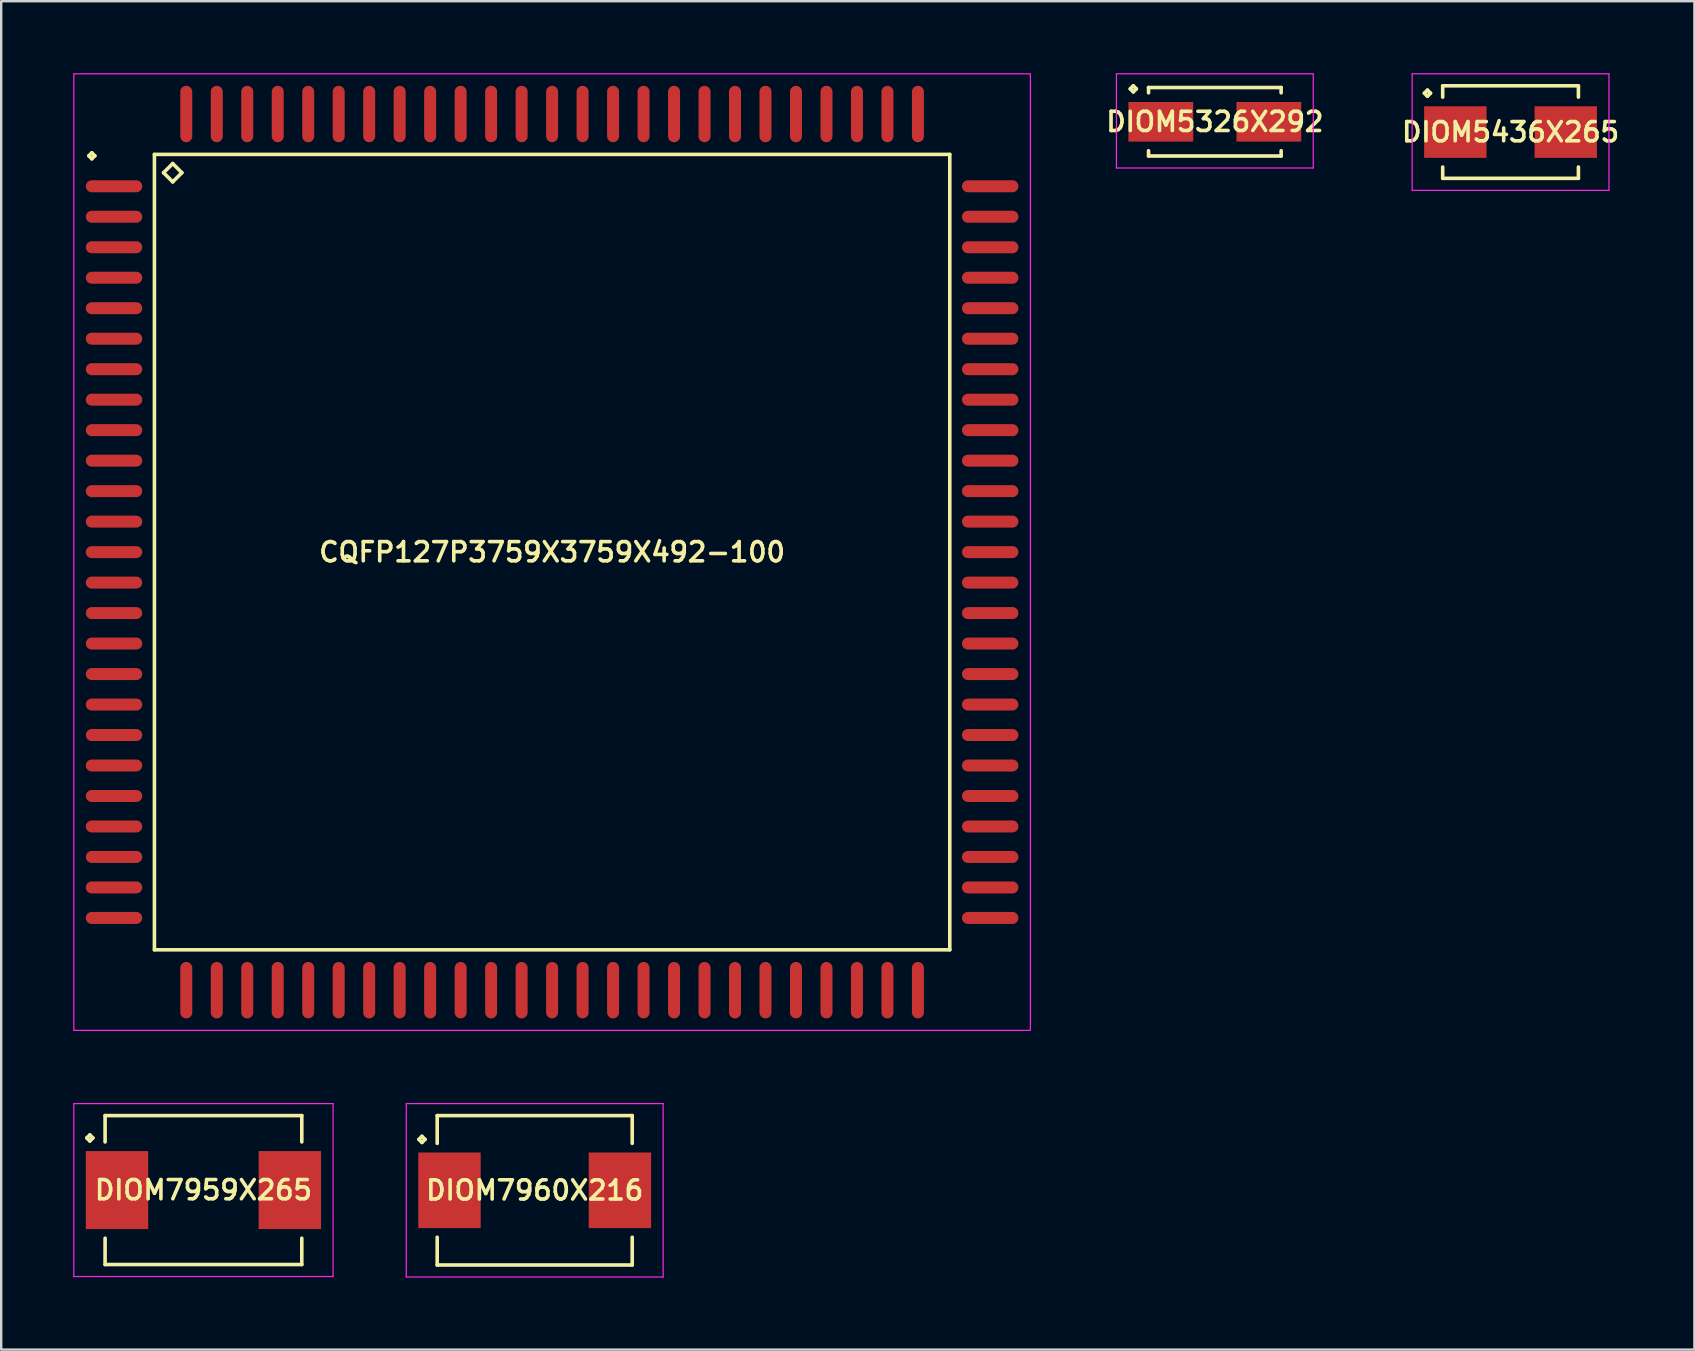
<source format=kicad_pcb>
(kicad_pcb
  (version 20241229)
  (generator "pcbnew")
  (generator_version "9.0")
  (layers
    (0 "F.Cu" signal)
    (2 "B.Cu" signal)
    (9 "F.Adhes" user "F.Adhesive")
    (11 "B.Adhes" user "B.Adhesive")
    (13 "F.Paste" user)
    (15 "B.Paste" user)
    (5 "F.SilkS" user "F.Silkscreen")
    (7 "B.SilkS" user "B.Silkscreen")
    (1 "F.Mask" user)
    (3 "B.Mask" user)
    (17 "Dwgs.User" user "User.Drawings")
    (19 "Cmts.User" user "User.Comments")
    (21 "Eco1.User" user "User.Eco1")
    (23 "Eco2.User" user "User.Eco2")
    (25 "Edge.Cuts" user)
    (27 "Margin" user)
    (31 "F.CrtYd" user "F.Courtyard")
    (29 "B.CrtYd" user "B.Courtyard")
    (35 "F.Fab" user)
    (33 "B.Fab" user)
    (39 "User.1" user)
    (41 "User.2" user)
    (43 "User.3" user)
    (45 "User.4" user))
  (footprint "DIOM5326X292"
    (layer "F.Cu")
    (at 47.559 2.023)
    (property "Reference" "DIOM5326X292" (at 0 0 0) (layer "F.SilkS") (effects (font (size 0.8 0.8) (thickness 0.15))))
    (attr smd)
    (fp_line (start -3.524 -1.371) (end -3.397 -1.498) (stroke (width 0.15) (type solid)) (layer "F.SilkS"))
    (fp_line (start -3.397 -1.498) (end -3.27 -1.371) (stroke (width 0.15) (type solid)) (layer "F.SilkS"))
    (fp_line (start -3.397 -1.244) (end -3.524 -1.371) (stroke (width 0.15) (type solid)) (layer "F.SilkS"))
    (fp_line (start -3.27 -1.371) (end -3.397 -1.244) (stroke (width 0.15) (type solid)) (layer "F.SilkS"))
    (fp_line (start -2.762 -1.427) (end 2.762 -1.427) (stroke (width 0.15) (type solid)) (layer "F.SilkS"))
    (fp_line (start -2.762 -1.206) (end -2.762 -1.427) (stroke (width 0.15) (type solid)) (layer "F.SilkS"))
    (fp_line (start -2.762 1.206) (end -2.762 1.427) (stroke (width 0.15) (type solid)) (layer "F.SilkS"))
    (fp_line (start -2.762 1.427) (end 2.762 1.427) (stroke (width 0.15) (type solid)) (layer "F.SilkS"))
    (fp_line (start 2.762 -1.427) (end 2.762 -1.206) (stroke (width 0.15) (type solid)) (layer "F.SilkS"))
    (fp_line (start 2.762 1.427) (end 2.762 1.206) (stroke (width 0.15) (type solid)) (layer "F.SilkS"))
    (fp_line (start -4.1 -1.998) (end 4.1 -1.998) (stroke (width 0.05) (type solid)) (layer "F.CrtYd"))
    (fp_line (start -4.1 1.927) (end -4.1 -1.998) (stroke (width 0.05) (type solid)) (layer "F.CrtYd"))
    (fp_line (start 4.1 -1.998) (end 4.1 1.927) (stroke (width 0.05) (type solid)) (layer "F.CrtYd"))
    (fp_line (start 4.1 1.927) (end -4.1 1.927) (stroke (width 0.05) (type solid)) (layer "F.CrtYd"))
    (pad "1" smd rect (at -2.25 0) (size 2.7 1.65) (layers "F.Cu" "F.Mask" "F.Paste"))
    (pad "2" smd rect (at 2.25 0) (size 2.7 1.65) (layers "F.Cu" "F.Mask" "F.Paste")))
  (footprint "CQFP127P3759X3759X492-100"
    (layer "F.Cu")
    (at 19.95 19.95)
    (property "Reference" "CQFP127P3759X3759X492-100" (at 0 0 0) (layer "F.SilkS") (effects (font (size 0.8 0.8) (thickness 0.15))))
    (attr smd)
    (fp_line (start -19.3 -16.51) (end -19.175 -16.635) (stroke (width 0.15) (type solid)) (layer "F.SilkS"))
    (fp_line (start -19.175 -16.635) (end -19.05 -16.51) (stroke (width 0.15) (type solid)) (layer "F.SilkS"))
    (fp_line (start -19.175 -16.385) (end -19.3 -16.51) (stroke (width 0.15) (type solid)) (layer "F.SilkS"))
    (fp_line (start -19.05 -16.51) (end -19.175 -16.385) (stroke (width 0.15) (type solid)) (layer "F.SilkS"))
    (fp_line (start -16.567 -16.567) (end -16.567 16.567) (stroke (width 0.15) (type solid)) (layer "F.SilkS"))
    (fp_line (start -16.567 16.567) (end 16.567 16.567) (stroke (width 0.15) (type solid)) (layer "F.SilkS"))
    (fp_line (start -16.186 -15.805) (end -15.805 -16.186) (stroke (width 0.15) (type solid)) (layer "F.SilkS"))
    (fp_line (start -15.805 -16.186) (end -15.424 -15.805) (stroke (width 0.15) (type solid)) (layer "F.SilkS"))
    (fp_line (start -15.805 -15.424) (end -16.186 -15.805) (stroke (width 0.15) (type solid)) (layer "F.SilkS"))
    (fp_line (start -15.424 -15.805) (end -15.805 -15.424) (stroke (width 0.15) (type solid)) (layer "F.SilkS"))
    (fp_line (start 16.567 -16.567) (end -16.567 -16.567) (stroke (width 0.15) (type solid)) (layer "F.SilkS"))
    (fp_line (start 16.567 16.567) (end 16.567 -16.567) (stroke (width 0.15) (type solid)) (layer "F.SilkS"))
    (fp_line (start -19.925 -19.925) (end 19.925 -19.925) (stroke (width 0.05) (type solid)) (layer "F.CrtYd"))
    (fp_line (start -19.925 19.925) (end -19.925 -19.925) (stroke (width 0.05) (type solid)) (layer "F.CrtYd"))
    (fp_line (start 19.925 -19.925) (end 19.925 19.925) (stroke (width 0.05) (type solid)) (layer "F.CrtYd"))
    (fp_line (start 19.925 19.925) (end -19.925 19.925) (stroke (width 0.05) (type solid)) (layer "F.CrtYd"))
    (pad "1" smd oval (at -18.25 -15.24) (size 2.35 0.5) (layers "F.Cu" "F.Mask" "F.Paste"))
    (pad "2" smd oval (at -18.25 -13.97) (size 2.35 0.5) (layers "F.Cu" "F.Mask" "F.Paste"))
    (pad "3" smd oval (at -18.25 -12.7) (size 2.35 0.5) (layers "F.Cu" "F.Mask" "F.Paste"))
    (pad "4" smd oval (at -18.25 -11.43) (size 2.35 0.5) (layers "F.Cu" "F.Mask" "F.Paste"))
    (pad "5" smd oval (at -18.25 -10.16) (size 2.35 0.5) (layers "F.Cu" "F.Mask" "F.Paste"))
    (pad "6" smd oval (at -18.25 -8.89) (size 2.35 0.5) (layers "F.Cu" "F.Mask" "F.Paste"))
    (pad "7" smd oval (at -18.25 -7.62) (size 2.35 0.5) (layers "F.Cu" "F.Mask" "F.Paste"))
    (pad "8" smd oval (at -18.25 -6.35) (size 2.35 0.5) (layers "F.Cu" "F.Mask" "F.Paste"))
    (pad "9" smd oval (at -18.25 -5.08) (size 2.35 0.5) (layers "F.Cu" "F.Mask" "F.Paste"))
    (pad "10" smd oval (at -18.25 -3.81) (size 2.35 0.5) (layers "F.Cu" "F.Mask" "F.Paste"))
    (pad "11" smd oval (at -18.25 -2.54) (size 2.35 0.5) (layers "F.Cu" "F.Mask" "F.Paste"))
    (pad "12" smd oval (at -18.25 -1.27) (size 2.35 0.5) (layers "F.Cu" "F.Mask" "F.Paste"))
    (pad "13" smd oval (at -18.25 0) (size 2.35 0.5) (layers "F.Cu" "F.Mask" "F.Paste"))
    (pad "14" smd oval (at -18.25 1.27) (size 2.35 0.5) (layers "F.Cu" "F.Mask" "F.Paste"))
    (pad "15" smd oval (at -18.25 2.54) (size 2.35 0.5) (layers "F.Cu" "F.Mask" "F.Paste"))
    (pad "16" smd oval (at -18.25 3.81) (size 2.35 0.5) (layers "F.Cu" "F.Mask" "F.Paste"))
    (pad "17" smd oval (at -18.25 5.08) (size 2.35 0.5) (layers "F.Cu" "F.Mask" "F.Paste"))
    (pad "18" smd oval (at -18.25 6.35) (size 2.35 0.5) (layers "F.Cu" "F.Mask" "F.Paste"))
    (pad "19" smd oval (at -18.25 7.62) (size 2.35 0.5) (layers "F.Cu" "F.Mask" "F.Paste"))
    (pad "20" smd oval (at -18.25 8.89) (size 2.35 0.5) (layers "F.Cu" "F.Mask" "F.Paste"))
    (pad "21" smd oval (at -18.25 10.16) (size 2.35 0.5) (layers "F.Cu" "F.Mask" "F.Paste"))
    (pad "22" smd oval (at -18.25 11.43) (size 2.35 0.5) (layers "F.Cu" "F.Mask" "F.Paste"))
    (pad "23" smd oval (at -18.25 12.7) (size 2.35 0.5) (layers "F.Cu" "F.Mask" "F.Paste"))
    (pad "24" smd oval (at -18.25 13.97) (size 2.35 0.5) (layers "F.Cu" "F.Mask" "F.Paste"))
    (pad "25" smd oval (at -18.25 15.24) (size 2.35 0.5) (layers "F.Cu" "F.Mask" "F.Paste"))
    (pad "26" smd oval (at -15.24 18.25) (size 0.5 2.35) (layers "F.Cu" "F.Mask" "F.Paste"))
    (pad "27" smd oval (at -13.97 18.25) (size 0.5 2.35) (layers "F.Cu" "F.Mask" "F.Paste"))
    (pad "28" smd oval (at -12.7 18.25) (size 0.5 2.35) (layers "F.Cu" "F.Mask" "F.Paste"))
    (pad "29" smd oval (at -11.43 18.25) (size 0.5 2.35) (layers "F.Cu" "F.Mask" "F.Paste"))
    (pad "30" smd oval (at -10.16 18.25) (size 0.5 2.35) (layers "F.Cu" "F.Mask" "F.Paste"))
    (pad "31" smd oval (at -8.89 18.25) (size 0.5 2.35) (layers "F.Cu" "F.Mask" "F.Paste"))
    (pad "32" smd oval (at -7.62 18.25) (size 0.5 2.35) (layers "F.Cu" "F.Mask" "F.Paste"))
    (pad "33" smd oval (at -6.35 18.25) (size 0.5 2.35) (layers "F.Cu" "F.Mask" "F.Paste"))
    (pad "34" smd oval (at -5.08 18.25) (size 0.5 2.35) (layers "F.Cu" "F.Mask" "F.Paste"))
    (pad "35" smd oval (at -3.81 18.25) (size 0.5 2.35) (layers "F.Cu" "F.Mask" "F.Paste"))
    (pad "36" smd oval (at -2.54 18.25) (size 0.5 2.35) (layers "F.Cu" "F.Mask" "F.Paste"))
    (pad "37" smd oval (at -1.27 18.25) (size 0.5 2.35) (layers "F.Cu" "F.Mask" "F.Paste"))
    (pad "38" smd oval (at 0 18.25) (size 0.5 2.35) (layers "F.Cu" "F.Mask" "F.Paste"))
    (pad "39" smd oval (at 1.27 18.25) (size 0.5 2.35) (layers "F.Cu" "F.Mask" "F.Paste"))
    (pad "40" smd oval (at 2.54 18.25) (size 0.5 2.35) (layers "F.Cu" "F.Mask" "F.Paste"))
    (pad "41" smd oval (at 3.81 18.25) (size 0.5 2.35) (layers "F.Cu" "F.Mask" "F.Paste"))
    (pad "42" smd oval (at 5.08 18.25) (size 0.5 2.35) (layers "F.Cu" "F.Mask" "F.Paste"))
    (pad "43" smd oval (at 6.35 18.25) (size 0.5 2.35) (layers "F.Cu" "F.Mask" "F.Paste"))
    (pad "44" smd oval (at 7.62 18.25) (size 0.5 2.35) (layers "F.Cu" "F.Mask" "F.Paste"))
    (pad "45" smd oval (at 8.89 18.25) (size 0.5 2.35) (layers "F.Cu" "F.Mask" "F.Paste"))
    (pad "46" smd oval (at 10.16 18.25) (size 0.5 2.35) (layers "F.Cu" "F.Mask" "F.Paste"))
    (pad "47" smd oval (at 11.43 18.25) (size 0.5 2.35) (layers "F.Cu" "F.Mask" "F.Paste"))
    (pad "48" smd oval (at 12.7 18.25) (size 0.5 2.35) (layers "F.Cu" "F.Mask" "F.Paste"))
    (pad "49" smd oval (at 13.97 18.25) (size 0.5 2.35) (layers "F.Cu" "F.Mask" "F.Paste"))
    (pad "50" smd oval (at 15.24 18.25) (size 0.5 2.35) (layers "F.Cu" "F.Mask" "F.Paste"))
    (pad "51" smd oval (at 18.25 15.24) (size 2.35 0.5) (layers "F.Cu" "F.Mask" "F.Paste"))
    (pad "52" smd oval (at 18.25 13.97) (size 2.35 0.5) (layers "F.Cu" "F.Mask" "F.Paste"))
    (pad "53" smd oval (at 18.25 12.7) (size 2.35 0.5) (layers "F.Cu" "F.Mask" "F.Paste"))
    (pad "54" smd oval (at 18.25 11.43) (size 2.35 0.5) (layers "F.Cu" "F.Mask" "F.Paste"))
    (pad "55" smd oval (at 18.25 10.16) (size 2.35 0.5) (layers "F.Cu" "F.Mask" "F.Paste"))
    (pad "56" smd oval (at 18.25 8.89) (size 2.35 0.5) (layers "F.Cu" "F.Mask" "F.Paste"))
    (pad "57" smd oval (at 18.25 7.62) (size 2.35 0.5) (layers "F.Cu" "F.Mask" "F.Paste"))
    (pad "58" smd oval (at 18.25 6.35) (size 2.35 0.5) (layers "F.Cu" "F.Mask" "F.Paste"))
    (pad "59" smd oval (at 18.25 5.08) (size 2.35 0.5) (layers "F.Cu" "F.Mask" "F.Paste"))
    (pad "60" smd oval (at 18.25 3.81) (size 2.35 0.5) (layers "F.Cu" "F.Mask" "F.Paste"))
    (pad "61" smd oval (at 18.25 2.54) (size 2.35 0.5) (layers "F.Cu" "F.Mask" "F.Paste"))
    (pad "62" smd oval (at 18.25 1.27) (size 2.35 0.5) (layers "F.Cu" "F.Mask" "F.Paste"))
    (pad "63" smd oval (at 18.25 0) (size 2.35 0.5) (layers "F.Cu" "F.Mask" "F.Paste"))
    (pad "64" smd oval (at 18.25 -1.27) (size 2.35 0.5) (layers "F.Cu" "F.Mask" "F.Paste"))
    (pad "65" smd oval (at 18.25 -2.54) (size 2.35 0.5) (layers "F.Cu" "F.Mask" "F.Paste"))
    (pad "66" smd oval (at 18.25 -3.81) (size 2.35 0.5) (layers "F.Cu" "F.Mask" "F.Paste"))
    (pad "67" smd oval (at 18.25 -5.08) (size 2.35 0.5) (layers "F.Cu" "F.Mask" "F.Paste"))
    (pad "68" smd oval (at 18.25 -6.35) (size 2.35 0.5) (layers "F.Cu" "F.Mask" "F.Paste"))
    (pad "69" smd oval (at 18.25 -7.62) (size 2.35 0.5) (layers "F.Cu" "F.Mask" "F.Paste"))
    (pad "70" smd oval (at 18.25 -8.89) (size 2.35 0.5) (layers "F.Cu" "F.Mask" "F.Paste"))
    (pad "71" smd oval (at 18.25 -10.16) (size 2.35 0.5) (layers "F.Cu" "F.Mask" "F.Paste"))
    (pad "72" smd oval (at 18.25 -11.43) (size 2.35 0.5) (layers "F.Cu" "F.Mask" "F.Paste"))
    (pad "73" smd oval (at 18.25 -12.7) (size 2.35 0.5) (layers "F.Cu" "F.Mask" "F.Paste"))
    (pad "74" smd oval (at 18.25 -13.97) (size 2.35 0.5) (layers "F.Cu" "F.Mask" "F.Paste"))
    (pad "75" smd oval (at 18.25 -15.24) (size 2.35 0.5) (layers "F.Cu" "F.Mask" "F.Paste"))
    (pad "76" smd oval (at 15.24 -18.25) (size 0.5 2.35) (layers "F.Cu" "F.Mask" "F.Paste"))
    (pad "77" smd oval (at 13.97 -18.25) (size 0.5 2.35) (layers "F.Cu" "F.Mask" "F.Paste"))
    (pad "78" smd oval (at 12.7 -18.25) (size 0.5 2.35) (layers "F.Cu" "F.Mask" "F.Paste"))
    (pad "79" smd oval (at 11.43 -18.25) (size 0.5 2.35) (layers "F.Cu" "F.Mask" "F.Paste"))
    (pad "80" smd oval (at 10.16 -18.25) (size 0.5 2.35) (layers "F.Cu" "F.Mask" "F.Paste"))
    (pad "81" smd oval (at 8.89 -18.25) (size 0.5 2.35) (layers "F.Cu" "F.Mask" "F.Paste"))
    (pad "82" smd oval (at 7.62 -18.25) (size 0.5 2.35) (layers "F.Cu" "F.Mask" "F.Paste"))
    (pad "83" smd oval (at 6.35 -18.25) (size 0.5 2.35) (layers "F.Cu" "F.Mask" "F.Paste"))
    (pad "84" smd oval (at 5.08 -18.25) (size 0.5 2.35) (layers "F.Cu" "F.Mask" "F.Paste"))
    (pad "85" smd oval (at 3.81 -18.25) (size 0.5 2.35) (layers "F.Cu" "F.Mask" "F.Paste"))
    (pad "86" smd oval (at 2.54 -18.25) (size 0.5 2.35) (layers "F.Cu" "F.Mask" "F.Paste"))
    (pad "87" smd oval (at 1.27 -18.25) (size 0.5 2.35) (layers "F.Cu" "F.Mask" "F.Paste"))
    (pad "88" smd oval (at 0 -18.25) (size 0.5 2.35) (layers "F.Cu" "F.Mask" "F.Paste"))
    (pad "89" smd oval (at -1.27 -18.25) (size 0.5 2.35) (layers "F.Cu" "F.Mask" "F.Paste"))
    (pad "90" smd oval (at -2.54 -18.25) (size 0.5 2.35) (layers "F.Cu" "F.Mask" "F.Paste"))
    (pad "91" smd oval (at -3.81 -18.25) (size 0.5 2.35) (layers "F.Cu" "F.Mask" "F.Paste"))
    (pad "92" smd oval (at -5.08 -18.25) (size 0.5 2.35) (layers "F.Cu" "F.Mask" "F.Paste"))
    (pad "93" smd oval (at -6.35 -18.25) (size 0.5 2.35) (layers "F.Cu" "F.Mask" "F.Paste"))
    (pad "94" smd oval (at -7.62 -18.25) (size 0.5 2.35) (layers "F.Cu" "F.Mask" "F.Paste"))
    (pad "95" smd oval (at -8.89 -18.25) (size 0.5 2.35) (layers "F.Cu" "F.Mask" "F.Paste"))
    (pad "96" smd oval (at -10.16 -18.25) (size 0.5 2.35) (layers "F.Cu" "F.Mask" "F.Paste"))
    (pad "97" smd oval (at -11.43 -18.25) (size 0.5 2.35) (layers "F.Cu" "F.Mask" "F.Paste"))
    (pad "98" smd oval (at -12.7 -18.25) (size 0.5 2.35) (layers "F.Cu" "F.Mask" "F.Paste"))
    (pad "99" smd oval (at -13.97 -18.25) (size 0.5 2.35) (layers "F.Cu" "F.Mask" "F.Paste"))
    (pad "100" smd oval (at -15.24 -18.25) (size 0.5 2.35) (layers "F.Cu" "F.Mask" "F.Paste")))
  (footprint "DIOM7959X265"
    (layer "F.Cu")
    (at 5.425 46.527)
    (property "Reference" "DIOM7959X265" (at 0 0 0) (layer "F.SilkS") (effects (font (size 0.8 0.8) (thickness 0.15))))
    (attr smd)
    (fp_line (start -4.859 -2.171) (end -4.732 -2.298) (stroke (width 0.15) (type solid)) (layer "F.SilkS"))
    (fp_line (start -4.732 -2.298) (end -4.605 -2.171) (stroke (width 0.15) (type solid)) (layer "F.SilkS"))
    (fp_line (start -4.732 -2.044) (end -4.859 -2.171) (stroke (width 0.15) (type solid)) (layer "F.SilkS"))
    (fp_line (start -4.605 -2.171) (end -4.732 -2.044) (stroke (width 0.15) (type solid)) (layer "F.SilkS"))
    (fp_line (start -4.097 -3.102) (end 4.097 -3.102) (stroke (width 0.15) (type solid)) (layer "F.SilkS"))
    (fp_line (start -4.097 -2.006) (end -4.097 -3.102) (stroke (width 0.15) (type solid)) (layer "F.SilkS"))
    (fp_line (start -4.097 2.006) (end -4.097 3.102) (stroke (width 0.15) (type solid)) (layer "F.SilkS"))
    (fp_line (start -4.097 3.102) (end 4.097 3.102) (stroke (width 0.15) (type solid)) (layer "F.SilkS"))
    (fp_line (start 4.097 -3.102) (end 4.097 -2.006) (stroke (width 0.15) (type solid)) (layer "F.SilkS"))
    (fp_line (start 4.097 3.102) (end 4.097 2.006) (stroke (width 0.15) (type solid)) (layer "F.SilkS"))
    (fp_line (start -5.4 -3.602) (end 5.4 -3.602) (stroke (width 0.05) (type solid)) (layer "F.CrtYd"))
    (fp_line (start -5.4 3.602) (end -5.4 -3.602) (stroke (width 0.05) (type solid)) (layer "F.CrtYd"))
    (fp_line (start 5.4 -3.602) (end 5.4 3.602) (stroke (width 0.05) (type solid)) (layer "F.CrtYd"))
    (fp_line (start 5.4 3.602) (end -5.4 3.602) (stroke (width 0.05) (type solid)) (layer "F.CrtYd"))
    (pad "1" smd rect (at -3.6 0) (size 2.6 3.25) (layers "F.Cu" "F.Mask" "F.Paste"))
    (pad "2" smd rect (at 3.6 0) (size 2.6 3.25) (layers "F.Cu" "F.Mask" "F.Paste")))
  (footprint "DIOM5436X265"
    (layer "F.Cu")
    (at 59.878 2.452)
    (property "Reference" "DIOM5436X265" (at 0 0 0) (layer "F.SilkS") (effects (font (size 0.8 0.8) (thickness 0.15))))
    (attr smd)
    (fp_line (start -3.589 -1.621) (end -3.462 -1.748) (stroke (width 0.15) (type solid)) (layer "F.SilkS"))
    (fp_line (start -3.462 -1.748) (end -3.335 -1.621) (stroke (width 0.15) (type solid)) (layer "F.SilkS"))
    (fp_line (start -3.462 -1.494) (end -3.589 -1.621) (stroke (width 0.15) (type solid)) (layer "F.SilkS"))
    (fp_line (start -3.335 -1.621) (end -3.462 -1.494) (stroke (width 0.15) (type solid)) (layer "F.SilkS"))
    (fp_line (start -2.827 -1.927) (end 2.827 -1.927) (stroke (width 0.15) (type solid)) (layer "F.SilkS"))
    (fp_line (start -2.827 -1.456) (end -2.827 -1.927) (stroke (width 0.15) (type solid)) (layer "F.SilkS"))
    (fp_line (start -2.827 1.456) (end -2.827 1.927) (stroke (width 0.15) (type solid)) (layer "F.SilkS"))
    (fp_line (start -2.827 1.927) (end 2.827 1.927) (stroke (width 0.15) (type solid)) (layer "F.SilkS"))
    (fp_line (start 2.827 -1.927) (end 2.827 -1.456) (stroke (width 0.15) (type solid)) (layer "F.SilkS"))
    (fp_line (start 2.827 1.927) (end 2.827 1.456) (stroke (width 0.15) (type solid)) (layer "F.SilkS"))
    (fp_line (start -4.1 -2.427) (end 4.1 -2.427) (stroke (width 0.05) (type solid)) (layer "F.CrtYd"))
    (fp_line (start -4.1 2.427) (end -4.1 -2.427) (stroke (width 0.05) (type solid)) (layer "F.CrtYd"))
    (fp_line (start 4.1 -2.427) (end 4.1 2.427) (stroke (width 0.05) (type solid)) (layer "F.CrtYd"))
    (fp_line (start 4.1 2.427) (end -4.1 2.427) (stroke (width 0.05) (type solid)) (layer "F.CrtYd"))
    (pad "1" smd rect (at -2.3 0) (size 2.6 2.15) (layers "F.Cu" "F.Mask" "F.Paste"))
    (pad "2" smd rect (at 2.3 0) (size 2.6 2.15) (layers "F.Cu" "F.Mask" "F.Paste")))
  (footprint "DIOM7960X216"
    (layer "F.Cu")
    (at 19.225 46.537)
    (property "Reference" "DIOM7960X216" (at 0 0 0) (layer "F.SilkS") (effects (font (size 0.8 0.8) (thickness 0.15))))
    (attr smd)
    (fp_line (start -4.824 -2.121) (end -4.697 -2.248) (stroke (width 0.15) (type solid)) (layer "F.SilkS"))
    (fp_line (start -4.697 -2.248) (end -4.57 -2.121) (stroke (width 0.15) (type solid)) (layer "F.SilkS"))
    (fp_line (start -4.697 -1.994) (end -4.824 -2.121) (stroke (width 0.15) (type solid)) (layer "F.SilkS"))
    (fp_line (start -4.57 -2.121) (end -4.697 -1.994) (stroke (width 0.15) (type solid)) (layer "F.SilkS"))
    (fp_line (start -4.062 -3.112) (end 4.062 -3.112) (stroke (width 0.15) (type solid)) (layer "F.SilkS"))
    (fp_line (start -4.062 -1.956) (end -4.062 -3.112) (stroke (width 0.15) (type solid)) (layer "F.SilkS"))
    (fp_line (start -4.062 1.956) (end -4.062 3.112) (stroke (width 0.15) (type solid)) (layer "F.SilkS"))
    (fp_line (start -4.062 3.112) (end 4.062 3.112) (stroke (width 0.15) (type solid)) (layer "F.SilkS"))
    (fp_line (start 4.062 -3.112) (end 4.062 -1.956) (stroke (width 0.15) (type solid)) (layer "F.SilkS"))
    (fp_line (start 4.062 3.112) (end 4.062 1.956) (stroke (width 0.15) (type solid)) (layer "F.SilkS"))
    (fp_line (start -5.35 -3.612) (end 5.35 -3.612) (stroke (width 0.05) (type solid)) (layer "F.CrtYd"))
    (fp_line (start -5.35 3.612) (end -5.35 -3.612) (stroke (width 0.05) (type solid)) (layer "F.CrtYd"))
    (fp_line (start 5.35 -3.612) (end 5.35 3.612) (stroke (width 0.05) (type solid)) (layer "F.CrtYd"))
    (fp_line (start 5.35 3.612) (end -5.35 3.612) (stroke (width 0.05) (type solid)) (layer "F.CrtYd"))
    (pad "1" smd rect (at -3.55 0) (size 2.6 3.15) (layers "F.Cu" "F.Mask" "F.Paste"))
    (pad "2" smd rect (at 3.55 0) (size 2.6 3.15) (layers "F.Cu" "F.Mask" "F.Paste")))
  (gr_rect
    (start -3 -3)
    (end 67.537 53.174)
    (stroke (width 0.1) (type default))
    (fill no)
    (layer "Edge.Cuts")))
</source>
